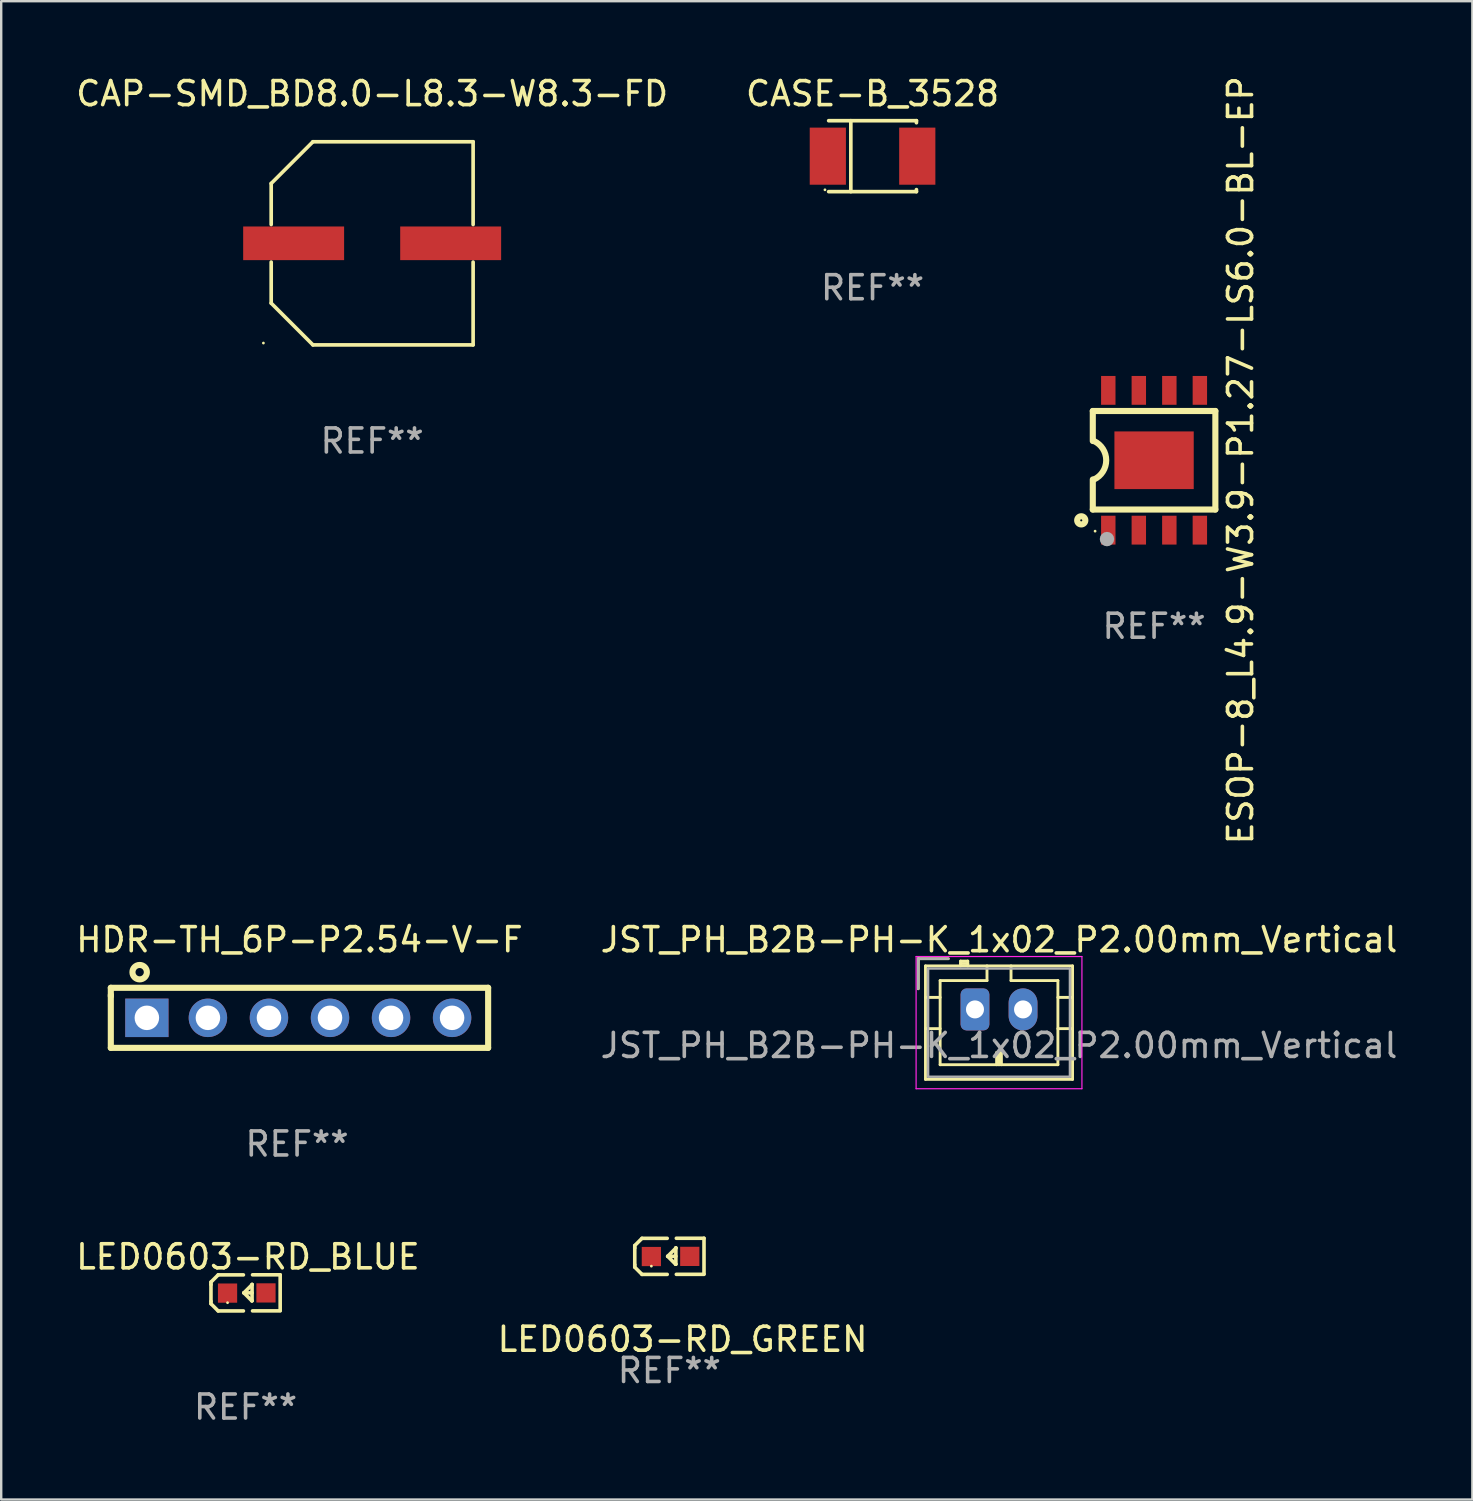
<source format=kicad_pcb>
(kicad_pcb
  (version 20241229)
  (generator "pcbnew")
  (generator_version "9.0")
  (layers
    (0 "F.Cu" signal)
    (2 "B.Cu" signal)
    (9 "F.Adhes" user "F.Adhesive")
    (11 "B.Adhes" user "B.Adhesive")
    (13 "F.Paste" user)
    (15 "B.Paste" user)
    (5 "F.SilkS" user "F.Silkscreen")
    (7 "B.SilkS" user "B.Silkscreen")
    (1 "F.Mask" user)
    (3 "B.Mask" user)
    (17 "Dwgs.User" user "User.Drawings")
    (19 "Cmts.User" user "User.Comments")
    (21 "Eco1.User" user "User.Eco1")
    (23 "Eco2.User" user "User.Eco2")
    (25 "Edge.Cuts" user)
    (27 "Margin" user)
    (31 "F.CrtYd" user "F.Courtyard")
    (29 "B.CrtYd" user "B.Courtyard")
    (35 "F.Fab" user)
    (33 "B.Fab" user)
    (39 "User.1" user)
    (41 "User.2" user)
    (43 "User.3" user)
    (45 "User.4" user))
  (footprint "JST_PH_B2B-PH-K_1x02_P2.00mm_Vertical"
    (layer "F.Cu")
    (at 37.518 38.951)
    (property "Reference" "JST_PH_B2B-PH-K_1x02_P2.00mm_Vertical" (at 1 -2.9 180) (layer "F.SilkS") (effects (font (size 1 1) (thickness 0.15))))
    (attr through_hole)
    (fp_line (start -2.36 -2.11) (end -1.11 -2.11) (stroke (width 0.12) (type solid)) (layer "F.SilkS"))
    (fp_line (start -2.36 -0.86) (end -2.36 -2.11) (stroke (width 0.12) (type solid)) (layer "F.SilkS"))
    (fp_line (start -2.06 -1.81) (end 4.06 -1.81) (stroke (width 0.12) (type solid)) (layer "F.SilkS"))
    (fp_line (start -2.06 2.91) (end -2.06 -1.81) (stroke (width 0.12) (type solid)) (layer "F.SilkS"))
    (fp_line (start -1.45 -1.2) (end 0.5 -1.2) (stroke (width 0.12) (type solid)) (layer "F.SilkS"))
    (fp_line (start -1.45 -0.5) (end -2.06 -0.5) (stroke (width 0.12) (type solid)) (layer "F.SilkS"))
    (fp_line (start -1.45 0.8) (end -2.06 0.8) (stroke (width 0.12) (type solid)) (layer "F.SilkS"))
    (fp_line (start -1.45 2.3) (end -1.45 -1.2) (stroke (width 0.12) (type solid)) (layer "F.SilkS"))
    (fp_line (start -0.6 -2.01) (end -0.3 -2.01) (stroke (width 0.12) (type solid)) (layer "F.SilkS"))
    (fp_line (start -0.6 -1.91) (end -0.3 -1.91) (stroke (width 0.12) (type solid)) (layer "F.SilkS"))
    (fp_line (start -0.6 -1.81) (end -0.6 -2.01) (stroke (width 0.12) (type solid)) (layer "F.SilkS"))
    (fp_line (start -0.3 -2.01) (end -0.3 -1.81) (stroke (width 0.12) (type solid)) (layer "F.SilkS"))
    (fp_line (start 0.5 -1.2) (end 0.5 -1.81) (stroke (width 0.12) (type solid)) (layer "F.SilkS"))
    (fp_line (start 0.9 1.8) (end 0.9 2.3) (stroke (width 0.12) (type solid)) (layer "F.SilkS"))
    (fp_line (start 1 1.8) (end 1 2.3) (stroke (width 0.12) (type solid)) (layer "F.SilkS"))
    (fp_line (start 1.1 1.8) (end 0.9 1.8) (stroke (width 0.12) (type solid)) (layer "F.SilkS"))
    (fp_line (start 1.1 2.3) (end 1.1 1.8) (stroke (width 0.12) (type solid)) (layer "F.SilkS"))
    (fp_line (start 1.5 -1.81) (end 1.5 -1.2) (stroke (width 0.12) (type solid)) (layer "F.SilkS"))
    (fp_line (start 1.5 -1.2) (end 3.45 -1.2) (stroke (width 0.12) (type solid)) (layer "F.SilkS"))
    (fp_line (start 3.45 -1.2) (end 3.45 2.3) (stroke (width 0.12) (type solid)) (layer "F.SilkS"))
    (fp_line (start 3.45 -0.5) (end 4.06 -0.5) (stroke (width 0.12) (type solid)) (layer "F.SilkS"))
    (fp_line (start 3.45 0.8) (end 4.06 0.8) (stroke (width 0.12) (type solid)) (layer "F.SilkS"))
    (fp_line (start 3.45 2.3) (end -1.45 2.3) (stroke (width 0.12) (type solid)) (layer "F.SilkS"))
    (fp_line (start 4.06 -1.81) (end 4.06 2.91) (stroke (width 0.12) (type solid)) (layer "F.SilkS"))
    (fp_line (start 4.06 2.91) (end -2.06 2.91) (stroke (width 0.12) (type solid)) (layer "F.SilkS"))
    (fp_line (start -2.45 -2.2) (end 4.45 -2.2) (stroke (width 0.05) (type solid)) (layer "F.CrtYd"))
    (fp_line (start -2.45 3.3) (end -2.45 -2.2) (stroke (width 0.05) (type solid)) (layer "F.CrtYd"))
    (fp_line (start 4.45 -2.2) (end 4.45 3.3) (stroke (width 0.05) (type solid)) (layer "F.CrtYd"))
    (fp_line (start 4.45 3.3) (end -2.45 3.3) (stroke (width 0.05) (type solid)) (layer "F.CrtYd"))
    (fp_line (start -2.36 -2.11) (end -1.11 -2.11) (stroke (width 0.1) (type solid)) (layer "F.Fab"))
    (fp_line (start -2.36 -0.86) (end -2.36 -2.11) (stroke (width 0.1) (type solid)) (layer "F.Fab"))
    (fp_line (start -1.95 -1.7) (end 3.95 -1.7) (stroke (width 0.1) (type solid)) (layer "F.Fab"))
    (fp_line (start -1.95 2.8) (end -1.95 -1.7) (stroke (width 0.1) (type solid)) (layer "F.Fab"))
    (fp_line (start 3.95 -1.7) (end 3.95 2.8) (stroke (width 0.1) (type solid)) (layer "F.Fab"))
    (fp_line (start 3.95 2.8) (end -1.95 2.8) (stroke (width 0.1) (type solid)) (layer "F.Fab"))
    (fp_text user "${REFERENCE}" (at 1 1.5 180) (layer "F.Fab") (effects (font (size 1 1) (thickness 0.15))))
    (pad "1" thru_hole roundrect (at 0 0) (size 1.2 1.75) (drill 0.75) (layers "*.Cu" "*.Mask") (roundrect_rratio 0.208))
    (pad "2" thru_hole oval (at 2 0) (size 1.2 1.75) (drill 0.75) (layers "*.Cu" "*.Mask")))
  (footprint "CASE-B_3528"
    (layer "F.Cu")
    (at 33.256 3.448)
    (property "Reference" "CASE-B_3528" (at 0 -2.6 0) (layer "F.SilkS") (effects (font (size 1 1) (thickness 0.15))))
    (attr through_hole)
    (fp_line (start -0.904 1.476) (end -0.904 -1.476) (stroke (width 0.152) (type solid)) (layer "F.SilkS"))
    (fp_line (start 1.826 -1.476) (end -1.826 -1.476) (stroke (width 0.152) (type solid)) (layer "F.SilkS"))
    (fp_line (start 1.826 -1.476) (end 1.826 -1.391) (stroke (width 0.152) (type solid)) (layer "F.SilkS"))
    (fp_line (start 1.826 1.476) (end -1.826 1.476) (stroke (width 0.152) (type solid)) (layer "F.SilkS"))
    (fp_line (start 1.826 1.476) (end 1.826 1.391) (stroke (width 0.152) (type solid)) (layer "F.SilkS"))
    (fp_circle (center -1.98 1.4) (end -1.95 1.4) (stroke (width 0.06) (type solid)) (fill no) (layer "F.SilkS"))
    (fp_text user "REF**" (at 0 5.476 0) (layer "F.Fab") (effects (font (size 1 1) (thickness 0.15))))
    (pad "1" smd rect (at -1.861 0 180) (size 1.506 2.376) (layers "F.Cu" "F.Mask" "F.Paste"))
    (pad "2" smd rect (at 1.861 0 180) (size 1.506 2.376) (layers "F.Cu" "F.Mask" "F.Paste")))
  (footprint "LED0603-RD_BLUE"
    (layer "F.Cu")
    (at 7.218 50.751)
    (property "Reference" "LED0603-RD_BLUE" (at 0.049 -1.504 0) (layer "F.SilkS") (effects (font (size 1 1) (thickness 0.15))))
    (attr through_hole)
    (fp_line (start -1.49 -0.454) (end -1.19 -0.754) (stroke (width 0.15) (type solid)) (layer "F.SilkS"))
    (fp_line (start -1.49 -0.354) (end -1.49 -0.454) (stroke (width 0.15) (type solid)) (layer "F.SilkS"))
    (fp_line (start -1.49 -0.354) (end -1.49 0.346) (stroke (width 0.15) (type solid)) (layer "F.SilkS"))
    (fp_line (start -1.49 0.346) (end -1.49 0.446) (stroke (width 0.15) (type solid)) (layer "F.SilkS"))
    (fp_line (start -1.49 0.446) (end -1.19 0.746) (stroke (width 0.15) (type solid)) (layer "F.SilkS"))
    (fp_line (start -0.14 -0.754) (end -1.19 -0.754) (stroke (width 0.15) (type solid)) (layer "F.SilkS"))
    (fp_line (start -0.14 0.746) (end -1.19 0.746) (stroke (width 0.15) (type solid)) (layer "F.SilkS"))
    (fp_line (start 0.21 0.324) (end -0.12 -0.007) (stroke (width 0.15) (type solid)) (layer "F.SilkS"))
    (fp_line (start 0.22 -0.357) (end 0.22 -0.347) (stroke (width 0.15) (type solid)) (layer "F.SilkS"))
    (fp_line (start 0.22 -0.357) (end 0.22 0.324) (stroke (width 0.15) (type solid)) (layer "F.SilkS"))
    (fp_line (start 0.22 -0.347) (end -0.12 -0.007) (stroke (width 0.15) (type solid)) (layer "F.SilkS"))
    (fp_line (start 0.22 -0.007) (end -0.12 -0.007) (stroke (width 0.15) (type solid)) (layer "F.SilkS"))
    (fp_line (start 0.22 0.324) (end 0.21 0.324) (stroke (width 0.15) (type solid)) (layer "F.SilkS"))
    (fp_line (start 0.24 -0.757) (end 1.39 -0.757) (stroke (width 0.15) (type solid)) (layer "F.SilkS"))
    (fp_line (start 0.24 0.744) (end 1.39 0.744) (stroke (width 0.15) (type solid)) (layer "F.SilkS"))
    (fp_line (start 1.39 -0.756) (end 1.39 0.723) (stroke (width 0.15) (type solid)) (layer "F.SilkS"))
    (fp_circle (center -0.8 0.403) (end -0.77 0.403) (stroke (width 0.06) (type solid)) (fill no) (layer "F.SilkS"))
    (fp_text user "REF**" (at -0.05 4.746 0) (layer "F.Fab") (effects (font (size 1 1) (thickness 0.15))))
    (pad "1" smd rect (at -0.8 0.004 90) (size 0.8 0.8) (layers "F.Cu" "F.Mask" "F.Paste"))
    (pad "2" smd rect (at 0.799 -0.004 90) (size 0.8 0.8) (layers "F.Cu" "F.Mask" "F.Paste")))
  (footprint "ESOP-8_L4.9-W3.9-P1.27-LS6.0-BL-EP"
    (layer "F.Cu")
    (at 44.97 16.101)
    (property "Reference" "ESOP-8_L4.9-W3.9-P1.27-LS6.0-BL-EP" (at 3.6 0 90) (layer "F.SilkS") (effects (font (size 1 1) (thickness 0.15))))
    (attr through_hole)
    (fp_line (start -2.55 -2.05) (end 2.55 -2.05) (stroke (width 0.254) (type solid)) (layer "F.SilkS"))
    (fp_line (start -2.55 -0.8) (end -2.55 -2.05) (stroke (width 0.254) (type solid)) (layer "F.SilkS"))
    (fp_line (start -2.55 0.8) (end -2.55 2.05) (stroke (width 0.254) (type solid)) (layer "F.SilkS"))
    (fp_line (start 2.55 -2.05) (end 2.55 2.05) (stroke (width 0.254) (type solid)) (layer "F.SilkS"))
    (fp_line (start 2.55 2.05) (end -2.55 2.05) (stroke (width 0.254) (type solid)) (layer "F.SilkS"))
    (fp_arc (start -2.499873 -0.800102) (mid -1.991417 0) (end -2.499873 0.800102) (stroke (width 0.254) (type solid)) (layer "F.SilkS"))
    (fp_circle (center -3.03 2.5) (end -2.86 2.5) (stroke (width 0.254) (type solid)) (fill no) (layer "F.SilkS"))
    (fp_circle (center -2.454 2.95) (end -2.424 2.95) (stroke (width 0.06) (type solid)) (fill no) (layer "F.SilkS"))
    (fp_circle (center -1.96 3.28) (end -1.81 3.28) (stroke (width 0.3) (type solid)) (fill no) (layer "F.Fab"))
    (fp_text user "REF**" (at 0 6.908 0) (layer "F.Fab") (effects (font (size 1 1) (thickness 0.15))))
    (pad "1" smd rect (at -1.905 2.908) (size 0.6 1.2) (layers "F.Cu" "F.Mask" "F.Paste"))
    (pad "2" smd rect (at -0.635 2.908) (size 0.6 1.2) (layers "F.Cu" "F.Mask" "F.Paste"))
    (pad "3" smd rect (at 0.635 2.908) (size 0.6 1.2) (layers "F.Cu" "F.Mask" "F.Paste"))
    (pad "4" smd rect (at 1.905 2.908) (size 0.6 1.2) (layers "F.Cu" "F.Mask" "F.Paste"))
    (pad "5" smd rect (at 1.905 -2.908) (size 0.6 1.2) (layers "F.Cu" "F.Mask" "F.Paste"))
    (pad "6" smd rect (at 0.635 -2.908) (size 0.6 1.2) (layers "F.Cu" "F.Mask" "F.Paste"))
    (pad "7" smd rect (at -0.635 -2.908) (size 0.6 1.2) (layers "F.Cu" "F.Mask" "F.Paste"))
    (pad "8" smd rect (at -1.905 -2.908) (size 0.6 1.2) (layers "F.Cu" "F.Mask" "F.Paste"))
    (pad "9" smd rect (at 0 0 180) (size 3.3 2.4) (layers "F.Cu" "F.Mask" "F.Paste")))
  (footprint "CAP-SMD_BD8.0-L8.3-W8.3-FD"
    (layer "F.Cu")
    (at 12.435 7.074)
    (property "Reference" "CAP-SMD_BD8.0-L8.3-W8.3-FD" (at 0 -6.226 0) (layer "F.SilkS") (effects (font (size 1 1) (thickness 0.15))))
    (attr through_hole)
    (fp_line (start -4.201 -2.49) (end -4.201 -0.782) (stroke (width 0.152) (type solid)) (layer "F.SilkS"))
    (fp_line (start -4.201 2.49) (end -4.201 0.782) (stroke (width 0.152) (type solid)) (layer "F.SilkS"))
    (fp_line (start -2.465 -4.226) (end -4.201 -2.49) (stroke (width 0.152) (type solid)) (layer "F.SilkS"))
    (fp_line (start -2.465 4.226) (end -4.201 2.49) (stroke (width 0.152) (type solid)) (layer "F.SilkS"))
    (fp_line (start 4.201 -4.226) (end -2.465 -4.226) (stroke (width 0.152) (type solid)) (layer "F.SilkS"))
    (fp_line (start 4.201 -0.782) (end 4.201 -4.226) (stroke (width 0.152) (type solid)) (layer "F.SilkS"))
    (fp_line (start 4.201 0.782) (end 4.201 4.226) (stroke (width 0.152) (type solid)) (layer "F.SilkS"))
    (fp_line (start 4.201 4.226) (end -2.465 4.226) (stroke (width 0.152) (type solid)) (layer "F.SilkS"))
    (fp_circle (center -4.525 4.15) (end -4.495 4.15) (stroke (width 0.06) (type solid)) (fill no) (layer "F.SilkS"))
    (fp_text user "REF**" (at 0 8.226 0) (layer "F.Fab") (effects (font (size 1 1) (thickness 0.15))))
    (pad "1" smd rect (at -3.267 0) (size 4.2 1.4) (layers "F.Cu" "F.Mask" "F.Paste"))
    (pad "2" smd rect (at 3.267 0) (size 4.2 1.4) (layers "F.Cu" "F.Mask" "F.Paste")))
  (footprint "LED0603-RD_GREEN"
    (layer "F.Cu")
    (at 24.852 49.23)
    (property "Reference" "LED0603-RD_GREEN" (at 0.499 3.447 0) (layer "F.SilkS") (effects (font (size 1 1) (thickness 0.15))))
    (attr through_hole)
    (fp_line (start -1.49 -0.454) (end -1.19 -0.754) (stroke (width 0.15) (type solid)) (layer "F.SilkS"))
    (fp_line (start -1.49 -0.354) (end -1.49 -0.454) (stroke (width 0.15) (type solid)) (layer "F.SilkS"))
    (fp_line (start -1.49 -0.354) (end -1.49 0.346) (stroke (width 0.15) (type solid)) (layer "F.SilkS"))
    (fp_line (start -1.49 0.346) (end -1.49 0.446) (stroke (width 0.15) (type solid)) (layer "F.SilkS"))
    (fp_line (start -1.49 0.446) (end -1.19 0.746) (stroke (width 0.15) (type solid)) (layer "F.SilkS"))
    (fp_line (start -0.14 -0.754) (end -1.19 -0.754) (stroke (width 0.15) (type solid)) (layer "F.SilkS"))
    (fp_line (start -0.14 0.746) (end -1.19 0.746) (stroke (width 0.15) (type solid)) (layer "F.SilkS"))
    (fp_line (start 0.21 0.323) (end -0.12 -0.007) (stroke (width 0.15) (type solid)) (layer "F.SilkS"))
    (fp_line (start 0.22 -0.357) (end 0.22 -0.347) (stroke (width 0.15) (type solid)) (layer "F.SilkS"))
    (fp_line (start 0.22 -0.357) (end 0.22 0.323) (stroke (width 0.15) (type solid)) (layer "F.SilkS"))
    (fp_line (start 0.22 -0.347) (end -0.12 -0.007) (stroke (width 0.15) (type solid)) (layer "F.SilkS"))
    (fp_line (start 0.22 -0.007) (end -0.12 -0.007) (stroke (width 0.15) (type solid)) (layer "F.SilkS"))
    (fp_line (start 0.22 0.323) (end 0.21 0.323) (stroke (width 0.15) (type solid)) (layer "F.SilkS"))
    (fp_line (start 0.24 -0.757) (end 1.391 -0.757) (stroke (width 0.15) (type solid)) (layer "F.SilkS"))
    (fp_line (start 0.24 0.744) (end 1.391 0.744) (stroke (width 0.15) (type solid)) (layer "F.SilkS"))
    (fp_line (start 1.391 -0.757) (end 1.391 0.723) (stroke (width 0.15) (type solid)) (layer "F.SilkS"))
    (fp_circle (center -0.799 0.403) (end -0.769 0.403) (stroke (width 0.06) (type solid)) (fill no) (layer "F.SilkS"))
    (fp_text user "REF**" (at -0.05 4.746 0) (layer "F.Fab") (effects (font (size 1 1) (thickness 0.15))))
    (pad "1" smd rect (at -0.799 0.003 90) (size 0.8 0.8) (layers "F.Cu" "F.Mask" "F.Paste"))
    (pad "2" smd rect (at 0.799 -0.003 90) (size 0.8 0.8) (layers "F.Cu" "F.Mask" "F.Paste")))
  (footprint "HDR-TH_6P-P2.54-V-F"
    (layer "F.Cu")
    (at 9.411 39.301)
    (property "Reference" "HDR-TH_6P-P2.54-V-F" (at 0.000013 -3.25 180) (layer "F.SilkS") (effects (font (size 1 1) (thickness 0.15))))
    (attr through_hole)
    (fp_line (start -7.85 -1.25) (end 7.85 -1.25) (stroke (width 0.254) (type solid)) (layer "F.SilkS"))
    (fp_line (start -7.85 -0.9) (end -7.85 -1.25) (stroke (width 0.254) (type solid)) (layer "F.SilkS"))
    (fp_line (start -7.85 1.25) (end -7.85 -0.95) (stroke (width 0.254) (type solid)) (layer "F.SilkS"))
    (fp_line (start 7.85 -1.25) (end 7.85 1.25) (stroke (width 0.254) (type solid)) (layer "F.SilkS"))
    (fp_line (start 7.85 1.25) (end -7.85 1.25) (stroke (width 0.254) (type solid)) (layer "F.SilkS"))
    (fp_circle (center -7.87 1.25) (end -7.84 1.25) (stroke (width 0.06) (type solid)) (fill no) (layer "F.SilkS"))
    (fp_circle (center -6.65 -1.9) (end -6.35 -1.9) (stroke (width 0.254) (type solid)) (fill no) (layer "F.SilkS"))
    (fp_text user "REF**" (at -0.1 5.25 180) (layer "F.Fab") (effects (font (size 1 1) (thickness 0.15))))
    (pad "1" thru_hole rect (at -6.35 0) (size 1.8 1.6) (drill 1.02) (layers "*.Cu" "*.Mask"))
    (pad "2" thru_hole circle (at -3.81 0) (size 1.6 1.6) (drill 1.02) (layers "*.Cu" "*.Mask"))
    (pad "3" thru_hole circle (at -1.27 0) (size 1.6 1.6) (drill 1.02) (layers "*.Cu" "*.Mask"))
    (pad "4" thru_hole circle (at 1.27 0) (size 1.6 1.6) (drill 1.02) (layers "*.Cu" "*.Mask"))
    (pad "5" thru_hole circle (at 3.81 0) (size 1.6 1.6) (drill 1.02) (layers "*.Cu" "*.Mask"))
    (pad "6" thru_hole circle (at 6.35 0) (size 1.6 1.6) (drill 1.02) (layers "*.Cu" "*.Mask")))
  (gr_rect
    (start -3 -3)
    (end 58.214 59.345)
    (stroke (width 0.1) (type default))
    (fill no)
    (layer "Edge.Cuts")))
</source>
